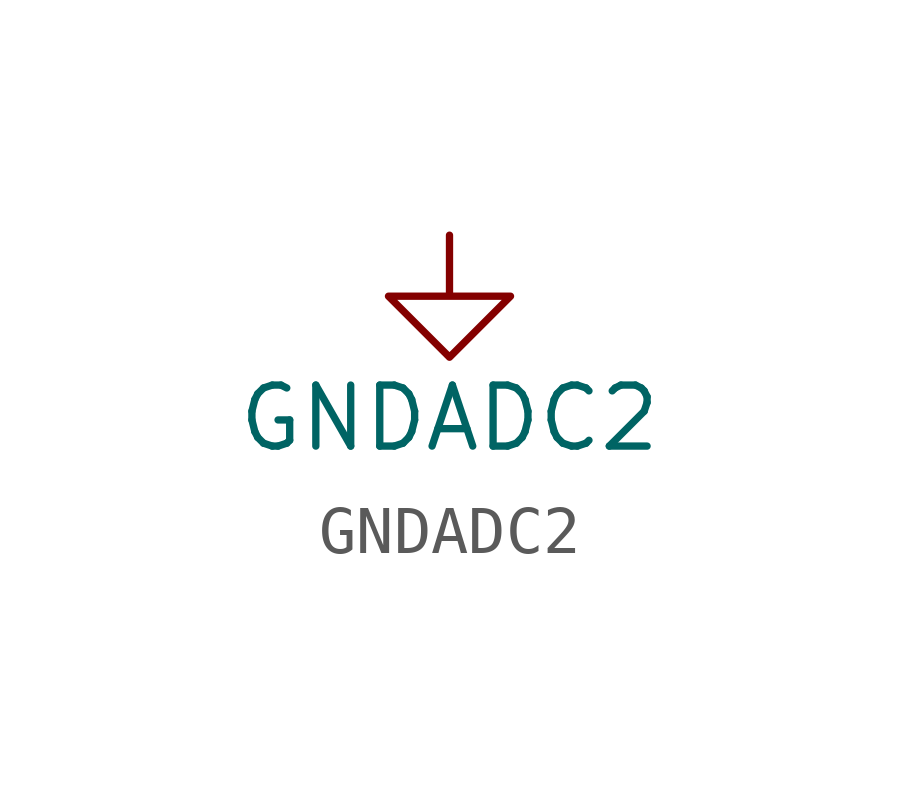
<source format=kicad_sym>
(kicad_symbol_lib
  (version 20211014)
  (generator kicad_symbol_editor)
  (symbol "GNDADC2"
    (power)
    (pin_numbers hide)
    (pin_names
      (offset 0) hide)
    (property "Reference" "#PWR"
      (at 0 -6.35 0)
      (effects (font (size 1.27 1.27)) hide))
    (property "Value" "GNDADC2"
      (at 0 -3.81 0)
      (effects (font (size 1.27 1.27))))
    (property "Footprint" ""
      (at 0 0 0)
      (effects (font (size 1.27 1.27))))
    (property "Datasheet" ""
      (at 0 0 0)
      (effects (font (size 1.27 1.27))))
    (symbol "GNDADC2_0_1"
      (polyline (pts (xy 0 0) (xy 0 -1.27) (xy 1.27 -1.27) (xy 0 -2.54) (xy -1.27 -1.27) (xy 0 -1.27)) (stroke (width 0) (type default) (color 0 0 0 0)) (fill (type none))))
    (symbol "GNDADC2_1_1"
      (pin power_in line (at 0 0 270) (length 0) hide (name "GNDADC2" (effects (font (size 1.27 1.27)))) (number "1" (effects (font (size 1.27 1.27))))))))
</source>
